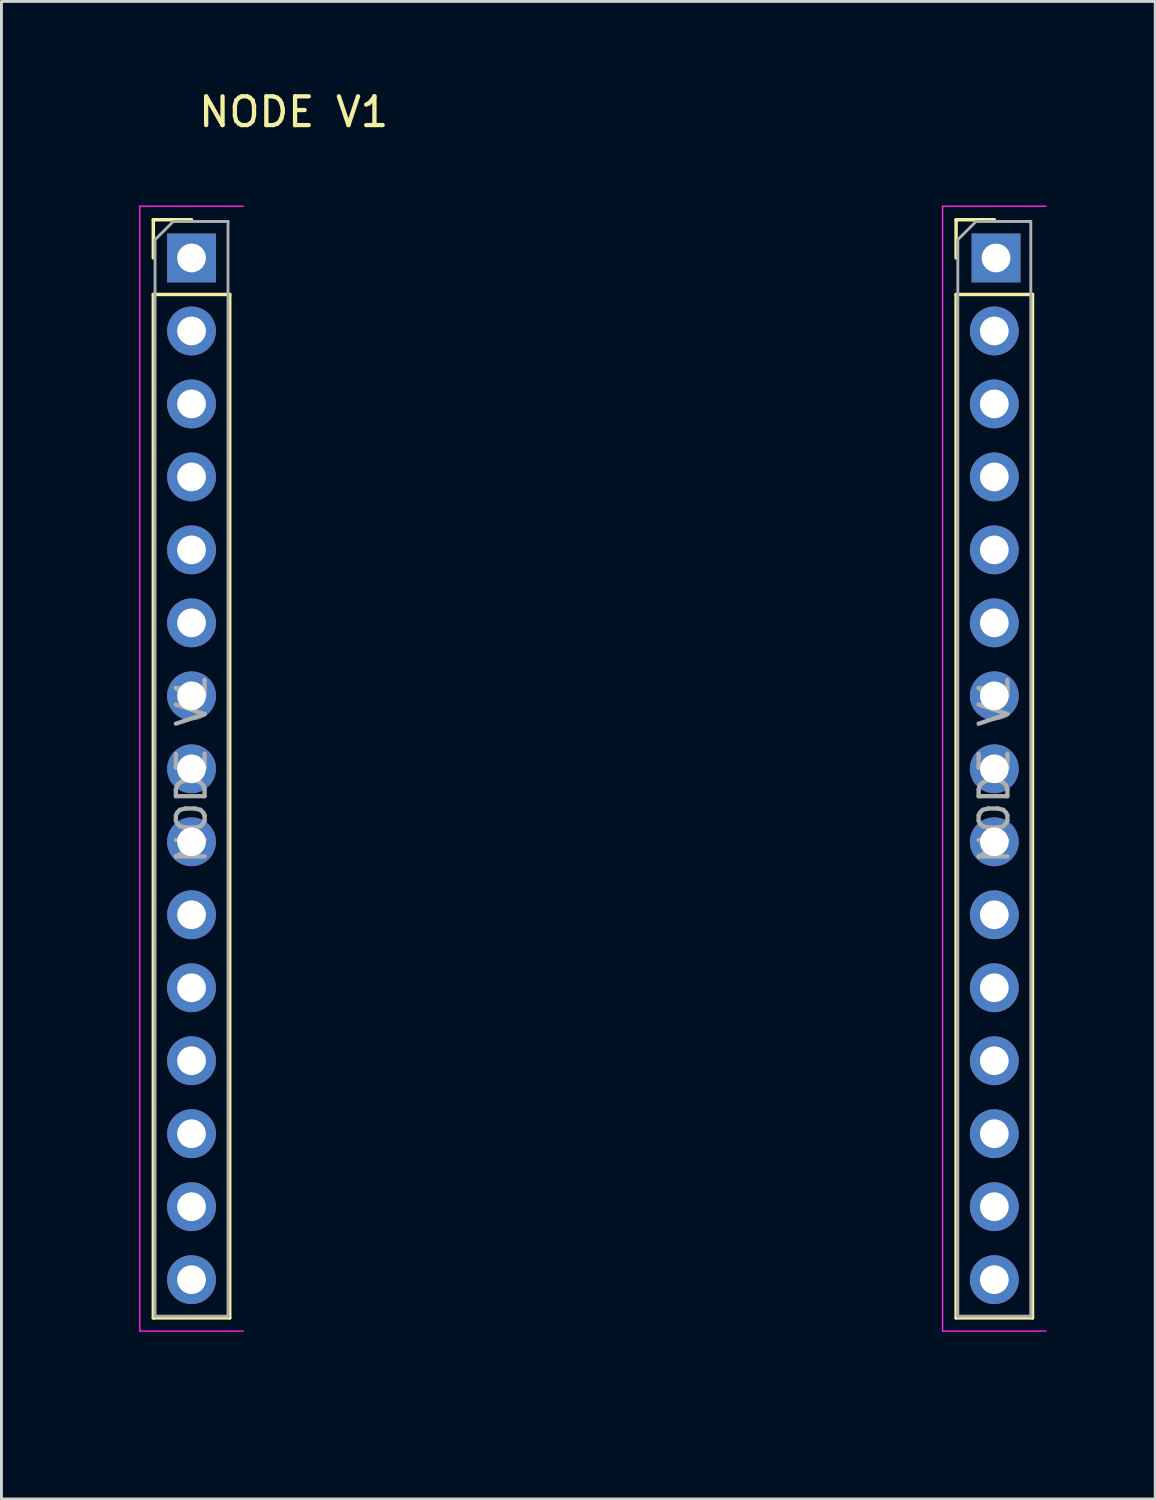
<source format=kicad_pcb>
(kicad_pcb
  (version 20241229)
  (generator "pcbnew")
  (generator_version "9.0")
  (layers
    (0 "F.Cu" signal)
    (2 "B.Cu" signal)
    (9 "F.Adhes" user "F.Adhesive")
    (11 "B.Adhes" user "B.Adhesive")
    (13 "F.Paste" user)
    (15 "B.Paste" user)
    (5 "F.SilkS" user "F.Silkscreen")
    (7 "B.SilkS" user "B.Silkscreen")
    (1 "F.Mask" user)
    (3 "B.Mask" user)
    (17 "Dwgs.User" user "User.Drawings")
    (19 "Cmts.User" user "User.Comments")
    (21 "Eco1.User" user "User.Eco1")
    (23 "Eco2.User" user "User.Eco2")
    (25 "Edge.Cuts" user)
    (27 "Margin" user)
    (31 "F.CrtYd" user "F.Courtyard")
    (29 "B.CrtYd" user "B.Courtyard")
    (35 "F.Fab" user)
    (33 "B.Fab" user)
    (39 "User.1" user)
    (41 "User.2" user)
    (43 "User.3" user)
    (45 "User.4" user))
  (footprint "NODE V1"
    (layer "F.Cu")
    (at 3.616 5.928)
    (property "Reference" "NODE V1" (at 3.556 -5.08 0) (layer "F.SilkS") (effects (font (size 1 1) (thickness 0.15))))
    (attr through_hole)
    (fp_line (start -1.33 -1.33) (end 0 -1.33) (stroke (width 0.12) (type solid)) (layer "F.SilkS"))
    (fp_line (start -1.33 0) (end -1.33 -1.33) (stroke (width 0.12) (type solid)) (layer "F.SilkS"))
    (fp_line (start -1.33 1.27) (end -1.33 36.89) (stroke (width 0.12) (type solid)) (layer "F.SilkS"))
    (fp_line (start -1.33 1.27) (end 1.33 1.27) (stroke (width 0.12) (type solid)) (layer "F.SilkS"))
    (fp_line (start -1.33 36.89) (end 1.33 36.89) (stroke (width 0.12) (type solid)) (layer "F.SilkS"))
    (fp_line (start 1.33 1.27) (end 1.33 36.89) (stroke (width 0.12) (type solid)) (layer "F.SilkS"))
    (fp_line (start 26.61 -1.33) (end 27.94 -1.33) (stroke (width 0.12) (type solid)) (layer "F.SilkS"))
    (fp_line (start 26.61 0) (end 26.61 -1.33) (stroke (width 0.12) (type solid)) (layer "F.SilkS"))
    (fp_line (start 26.61 1.27) (end 26.61 36.89) (stroke (width 0.12) (type solid)) (layer "F.SilkS"))
    (fp_line (start 26.61 1.27) (end 29.27 1.27) (stroke (width 0.12) (type solid)) (layer "F.SilkS"))
    (fp_line (start 26.61 36.89) (end 29.27 36.89) (stroke (width 0.12) (type solid)) (layer "F.SilkS"))
    (fp_line (start 29.27 1.27) (end 29.27 36.89) (stroke (width 0.12) (type solid)) (layer "F.SilkS"))
    (fp_rect (start -3.556 -4.572) (end 30.48 40.132) (stroke (width 0.12) (type solid)) (fill no) (layer "Margin"))
    (fp_line (start -1.8 -1.8) (end -1.8 37.35) (stroke (width 0.05) (type solid)) (layer "F.CrtYd"))
    (fp_line (start -1.8 37.35) (end 1.8 37.35) (stroke (width 0.05) (type solid)) (layer "F.CrtYd"))
    (fp_line (start 1.8 -1.8) (end -1.8 -1.8) (stroke (width 0.05) (type solid)) (layer "F.CrtYd"))
    (fp_line (start 26.14 -1.8) (end 26.14 37.35) (stroke (width 0.05) (type solid)) (layer "F.CrtYd"))
    (fp_line (start 26.14 37.35) (end 29.74 37.35) (stroke (width 0.05) (type solid)) (layer "F.CrtYd"))
    (fp_line (start 29.74 -1.8) (end 26.14 -1.8) (stroke (width 0.05) (type solid)) (layer "F.CrtYd"))
    (fp_line (start -1.27 -0.635) (end -0.635 -1.27) (stroke (width 0.1) (type solid)) (layer "F.Fab"))
    (fp_line (start -1.27 36.83) (end -1.27 -0.635) (stroke (width 0.1) (type solid)) (layer "F.Fab"))
    (fp_line (start -0.635 -1.27) (end 1.27 -1.27) (stroke (width 0.1) (type solid)) (layer "F.Fab"))
    (fp_line (start 1.27 -1.27) (end 1.27 36.83) (stroke (width 0.1) (type solid)) (layer "F.Fab"))
    (fp_line (start 1.27 36.83) (end -1.27 36.83) (stroke (width 0.1) (type solid)) (layer "F.Fab"))
    (fp_line (start 26.67 -0.635) (end 27.305 -1.27) (stroke (width 0.1) (type solid)) (layer "F.Fab"))
    (fp_line (start 26.67 36.83) (end 26.67 -0.635) (stroke (width 0.1) (type solid)) (layer "F.Fab"))
    (fp_line (start 27.305 -1.27) (end 29.21 -1.27) (stroke (width 0.1) (type solid)) (layer "F.Fab"))
    (fp_line (start 29.21 -1.27) (end 29.21 36.83) (stroke (width 0.1) (type solid)) (layer "F.Fab"))
    (fp_line (start 29.21 36.83) (end 26.67 36.83) (stroke (width 0.1) (type solid)) (layer "F.Fab"))
    (fp_text user "${REFERENCE}" (at 27.94 17.78 90) (layer "F.Fab") (effects (font (size 1 1) (thickness 0.15))))
    (fp_text user "${REFERENCE}" (at 0 17.78 90) (layer "F.Fab") (effects (font (size 1 1) (thickness 0.15))))
    (pad "1" thru_hole rect (at 0 0) (size 1.7 1.7) (drill 1) (layers "*.Cu" "*.Mask"))
    (pad "2" thru_hole oval (at 0 2.54) (size 1.7 1.7) (drill 1) (layers "*.Cu" "*.Mask"))
    (pad "2" thru_hole oval (at 0 22.86) (size 1.7 1.7) (drill 1) (layers "*.Cu" "*.Mask"))
    (pad "2" thru_hole oval (at 0 33.02) (size 1.7 1.7) (drill 1) (layers "*.Cu" "*.Mask"))
    (pad "2" thru_hole oval (at 27.94 15.24) (size 1.7 1.7) (drill 1) (layers "*.Cu" "*.Mask"))
    (pad "2" thru_hole oval (at 27.94 33.02) (size 1.7 1.7) (drill 1) (layers "*.Cu" "*.Mask"))
    (pad "3" thru_hole oval (at 0 5.08) (size 1.7 1.7) (drill 1) (layers "*.Cu" "*.Mask"))
    (pad "4" thru_hole oval (at 0 7.62) (size 1.7 1.7) (drill 1) (layers "*.Cu" "*.Mask"))
    (pad "5" thru_hole oval (at 0 10.16) (size 1.7 1.7) (drill 1) (layers "*.Cu" "*.Mask"))
    (pad "6" thru_hole oval (at 0 12.7) (size 1.7 1.7) (drill 1) (layers "*.Cu" "*.Mask"))
    (pad "7" thru_hole oval (at 0 15.24) (size 1.7 1.7) (drill 1) (layers "*.Cu" "*.Mask"))
    (pad "8" thru_hole oval (at 0 17.78) (size 1.7 1.7) (drill 1) (layers "*.Cu" "*.Mask"))
    (pad "9" thru_hole oval (at 0 20.32) (size 1.7 1.7) (drill 1) (layers "*.Cu" "*.Mask"))
    (pad "10" thru_hole oval (at 0 25.4) (size 1.7 1.7) (drill 1) (layers "*.Cu" "*.Mask"))
    (pad "10" thru_hole oval (at 27.94 12.7) (size 1.7 1.7) (drill 1) (layers "*.Cu" "*.Mask"))
    (pad "10" thru_hole oval (at 27.94 35.56) (size 1.7 1.7) (drill 1) (layers "*.Cu" "*.Mask"))
    (pad "11" thru_hole oval (at 0 27.94) (size 1.7 1.7) (drill 1) (layers "*.Cu" "*.Mask"))
    (pad "12" thru_hole oval (at 0 30.48) (size 1.7 1.7) (drill 1) (layers "*.Cu" "*.Mask"))
    (pad "13" thru_hole oval (at 0 35.56) (size 1.7 1.7) (drill 1) (layers "*.Cu" "*.Mask"))
    (pad "14" thru_hole rect (at 28 0) (size 1.7 1.7) (drill 1) (layers "*.Cu" "*.Mask"))
    (pad "15" thru_hole oval (at 27.94 2.54) (size 1.7 1.7) (drill 1) (layers "*.Cu" "*.Mask"))
    (pad "16" thru_hole oval (at 27.94 5.08) (size 1.7 1.7) (drill 1) (layers "*.Cu" "*.Mask"))
    (pad "17" thru_hole oval (at 27.94 7.62) (size 1.7 1.7) (drill 1) (layers "*.Cu" "*.Mask"))
    (pad "18" thru_hole oval (at 27.94 10.16) (size 1.7 1.7) (drill 1) (layers "*.Cu" "*.Mask"))
    (pad "19" thru_hole oval (at 27.94 17.78) (size 1.7 1.7) (drill 1) (layers "*.Cu" "*.Mask"))
    (pad "20" thru_hole oval (at 27.94 20.32) (size 1.7 1.7) (drill 1) (layers "*.Cu" "*.Mask"))
    (pad "21" thru_hole oval (at 27.94 22.86) (size 1.7 1.7) (drill 1) (layers "*.Cu" "*.Mask"))
    (pad "22" thru_hole oval (at 27.94 25.4) (size 1.7 1.7) (drill 1) (layers "*.Cu" "*.Mask"))
    (pad "23" thru_hole oval (at 27.94 27.94) (size 1.7 1.7) (drill 1) (layers "*.Cu" "*.Mask"))
    (pad "24" thru_hole oval (at 27.94 30.48) (size 1.7 1.7) (drill 1) (layers "*.Cu" "*.Mask")))
  (gr_rect
    (start -3 -3)
    (end 37.156 49.12)
    (stroke (width 0.1) (type default))
    (fill no)
    (layer "Edge.Cuts")))
</source>
